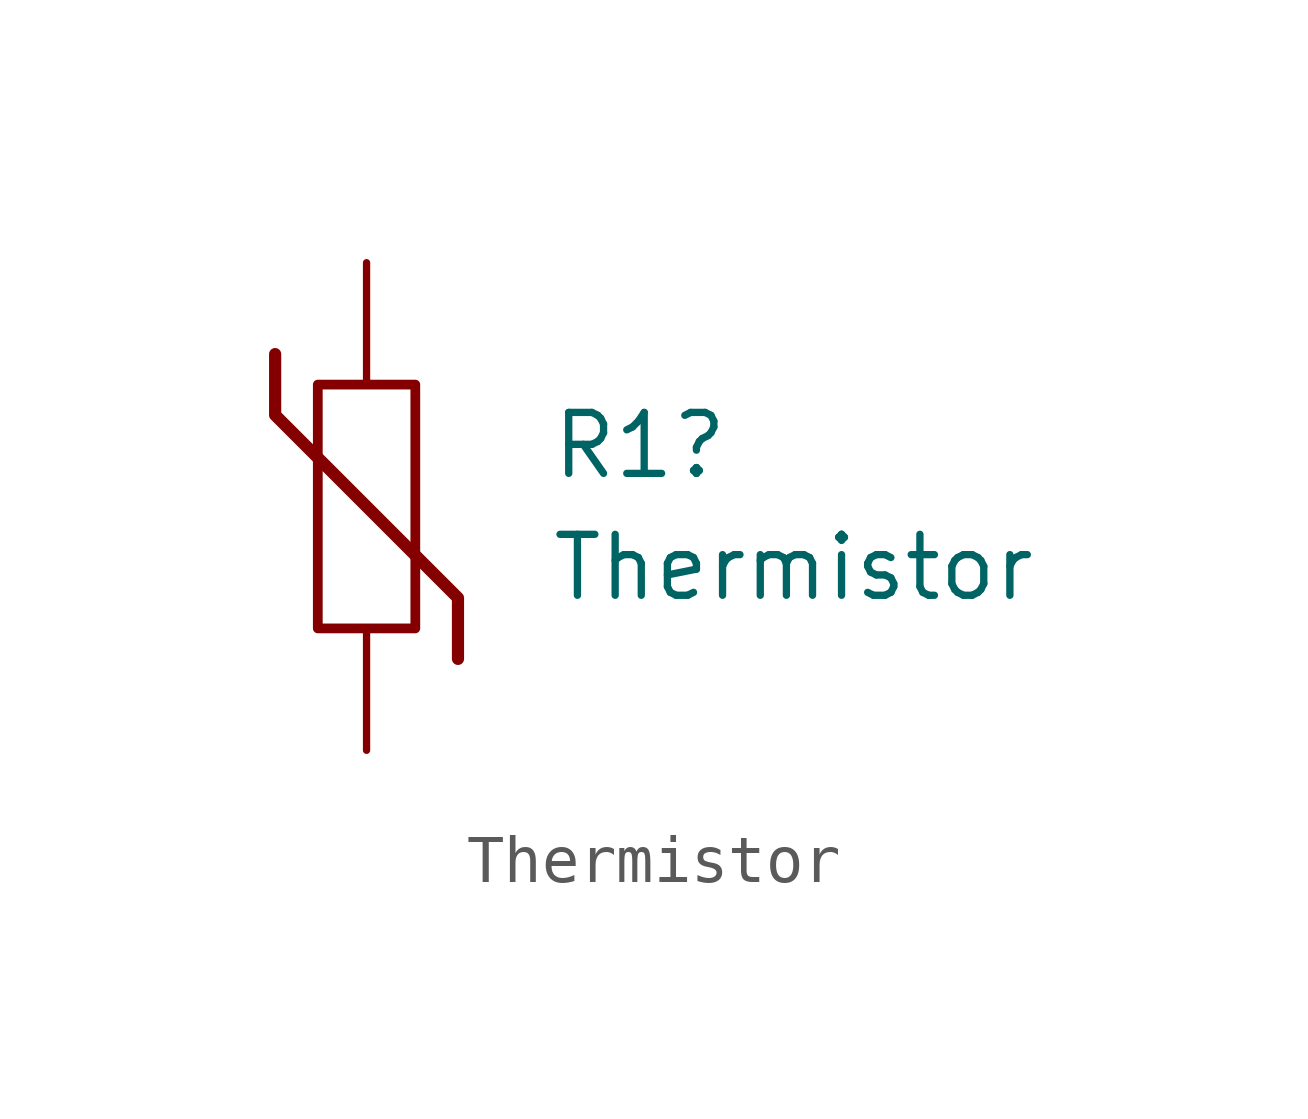
<source format=kicad_sym>
(kicad_symbol_lib
  (version 20211014)
  (generator kicad_symbol_editor)
  (symbol "Thermistor"
    (pin_numbers hide)
    (pin_names
      (offset 0))
    (property "Reference" "R1"
      (at 3.81 1.27 0)
      (effects (font (size 1.27 1.27)) (justify left)))
    (property "Value" "Thermistor"
      (at 3.81 -1.27 0)
      (effects (font (size 1.27 1.27)) (justify left)))
    (symbol "Thermistor_0_1"
      (rectangle (start -1.016 2.54) (end 1.016 -2.54) (stroke (width 0.203) (type default) (color 0 0 0 0)) (fill (type none)))
      (polyline (pts (xy -1.905 3.175) (xy -1.905 1.905) (xy 1.905 -1.905) (xy 1.905 -3.175) (xy 1.905 -3.175)) (stroke (width 0.254) (type default) (color 0 0 0 0)) (fill (type none))))
    (symbol "Thermistor_1_1"
      (pin passive line (at 0 5.08 270) (length 2.54) (name "~" (effects (font (size 1.27 1.27)))) (number "1" (effects (font (size 1.27 1.27)))))
      (pin passive line (at 0 -5.08 90) (length 2.54) (name "~" (effects (font (size 1.27 1.27)))) (number "2" (effects (font (size 1.27 1.27))))))))
</source>
